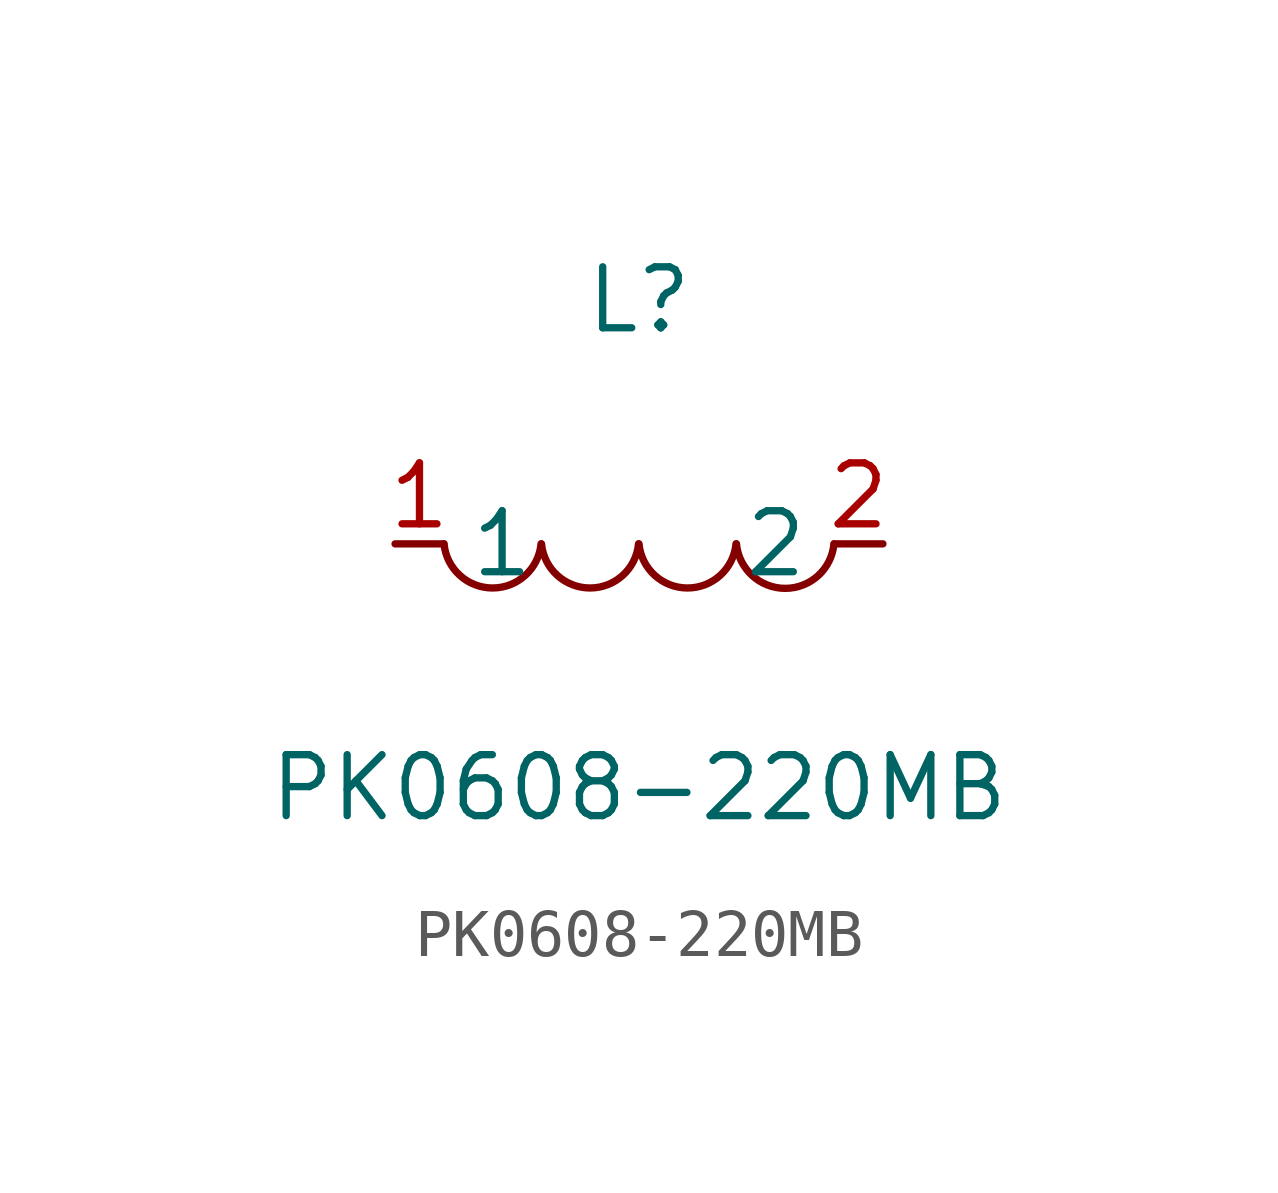
<source format=kicad_sym>
(kicad_symbol_lib
  (version 20211014)
  (generator https://github.com/uPesy/easyeda2kicad.py)
  (symbol "PK0608-220MB"
    (property "Reference" "L"
      (at 0 5.08 0)
      (effects (font (size 1.27 1.27))))
    (property "Value" "PK0608-220MB"
      (at 0 -5.08 0)
      (effects (font (size 1.27 1.27))))
    (symbol "PK0608-220MB_0_1"
      (arc (start -4.06 0.00) (mid -2.59 -1.00) (end -2.04 0.00) (stroke (width 0) (type default) (color 0 0 0 0)) (fill (type none)))
      (arc (start -2.03 -0.00) (mid -0.56 -1.00) (end -0.01 0.00) (stroke (width 0) (type default) (color 0 0 0 0)) (fill (type none)))
      (arc (start -0.00 -0.00) (mid 1.47 -1.00) (end 2.02 0.00) (stroke (width 0) (type default) (color 0 0 0 0)) (fill (type none)))
      (arc (start 2.03 0.00) (mid 3.51 -1.00) (end 4.06 0.00) (stroke (width 0) (type default) (color 0 0 0 0)) (fill (type none)))
      (pin unspecified line (at 5.08 -0.00 180) (length 1.016) (name "2" (effects (font (size 1.27 1.27)))) (number "2" (effects (font (size 1.27 1.27)))))
      (pin unspecified line (at -5.08 -0.00 0) (length 1.016) (name "1" (effects (font (size 1.27 1.27)))) (number "1" (effects (font (size 1.27 1.27))))))))
</source>
